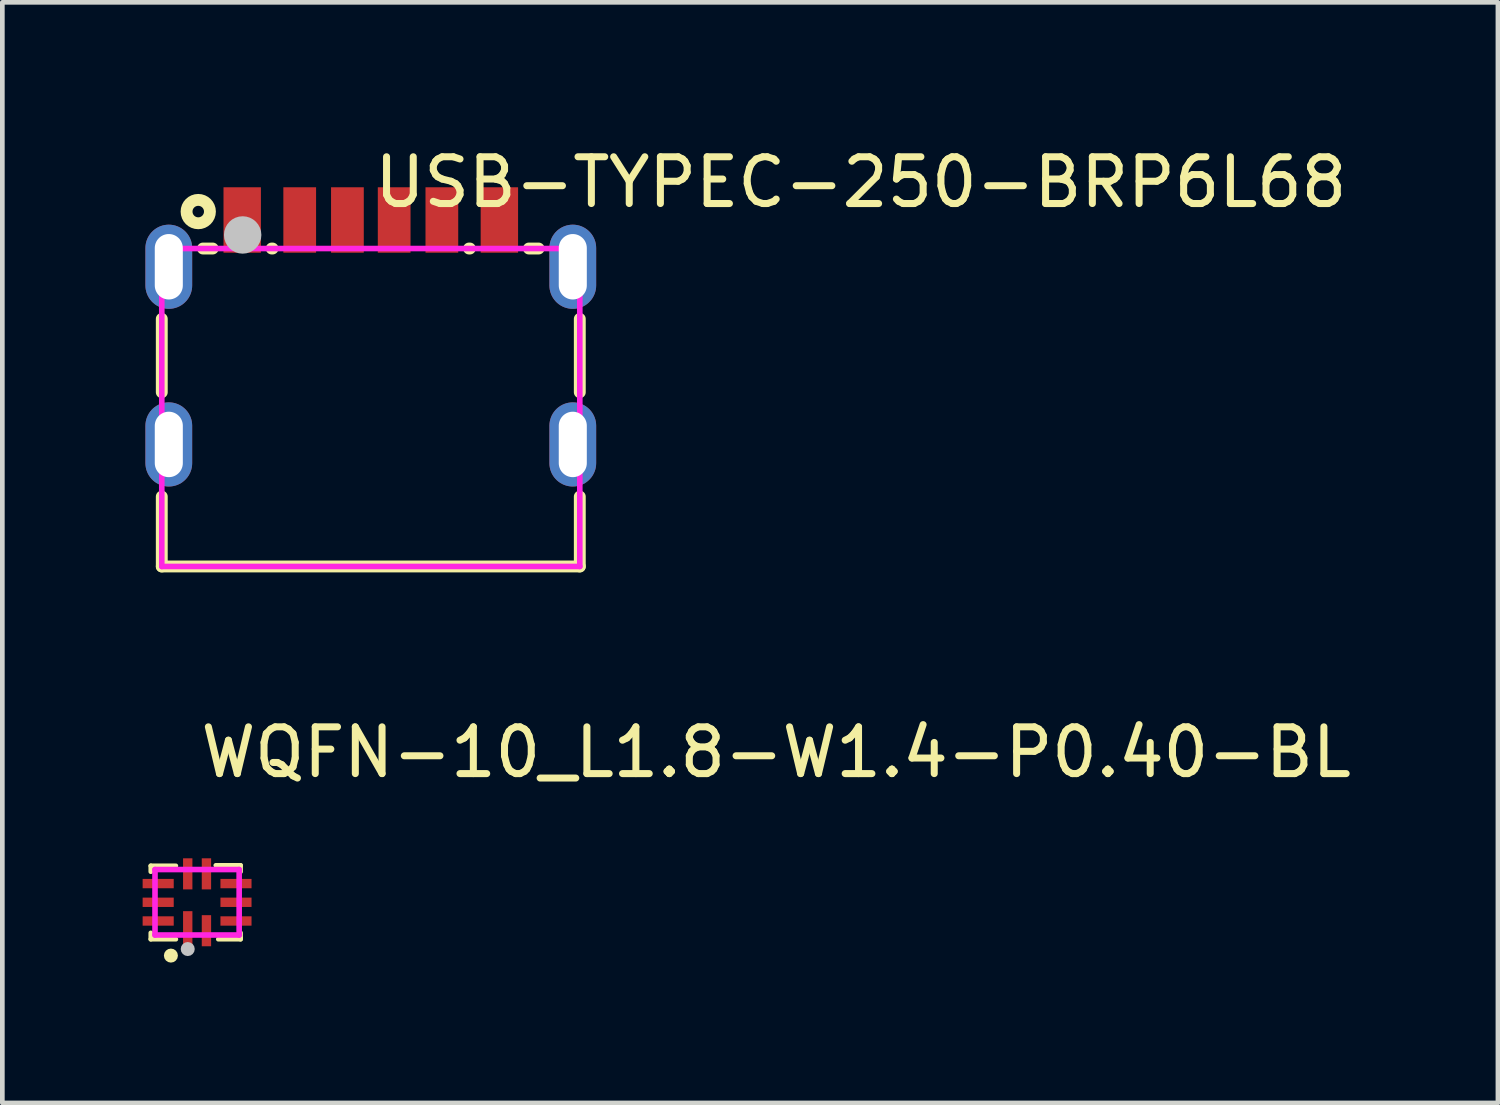
<source format=kicad_pcb>
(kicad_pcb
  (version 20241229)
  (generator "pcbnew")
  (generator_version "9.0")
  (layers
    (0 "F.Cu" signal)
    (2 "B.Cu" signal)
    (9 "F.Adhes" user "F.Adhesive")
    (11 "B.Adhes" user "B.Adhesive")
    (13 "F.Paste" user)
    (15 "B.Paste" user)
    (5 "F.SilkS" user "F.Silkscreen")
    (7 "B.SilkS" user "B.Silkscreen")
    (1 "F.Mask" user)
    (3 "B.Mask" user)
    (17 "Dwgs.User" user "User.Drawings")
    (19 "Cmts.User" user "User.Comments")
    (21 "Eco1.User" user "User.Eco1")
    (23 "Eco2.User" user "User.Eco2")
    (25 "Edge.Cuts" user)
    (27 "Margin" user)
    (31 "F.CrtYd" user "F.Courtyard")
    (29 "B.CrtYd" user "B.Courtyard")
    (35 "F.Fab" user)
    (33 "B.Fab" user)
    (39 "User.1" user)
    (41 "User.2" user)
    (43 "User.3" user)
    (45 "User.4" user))
  (footprint "USB-TYPEC-250-BRP6L68"
    (layer "F.Cu")
    (at 4.88 4.055)
    (property "Reference" "USB-TYPEC-250-BRP6L68" (at 0 -3.207 0) (layer "F.SilkS") (effects (font (size 1 1) (thickness 0.15)) (justify left)))
    (attr through_hole)
    (fp_line (start -4.47 1.284) (end -4.47 -0.285) (stroke (width 0.254) (type solid)) (layer "F.SilkS"))
    (fp_line (start -4.47 5.01) (end -4.47 3.516) (stroke (width 0.254) (type solid)) (layer "F.SilkS"))
    (fp_line (start -3.589 -1.79) (end -3.381 -1.79) (stroke (width 0.254) (type solid)) (layer "F.SilkS"))
    (fp_line (start -2.119 -1.79) (end -2.101 -1.79) (stroke (width 0.254) (type solid)) (layer "F.SilkS"))
    (fp_line (start 2.101 -1.79) (end 2.119 -1.79) (stroke (width 0.254) (type solid)) (layer "F.SilkS"))
    (fp_line (start 3.381 -1.79) (end 3.589 -1.79) (stroke (width 0.254) (type solid)) (layer "F.SilkS"))
    (fp_line (start 4.47 -0.285) (end 4.47 1.284) (stroke (width 0.254) (type solid)) (layer "F.SilkS"))
    (fp_line (start 4.47 3.516) (end 4.47 5.01) (stroke (width 0.254) (type solid)) (layer "F.SilkS"))
    (fp_line (start 4.47 5.01) (end -4.47 5.01) (stroke (width 0.254) (type solid)) (layer "F.SilkS"))
    (fp_circle (center -3.69 -2.58) (end -3.44 -2.58) (stroke (width 0.254) (type solid)) (fill no) (layer "F.SilkS"))
    (fp_poly (pts (xy -3.15 -3.1) (xy -2.35 -3.1) (xy -2.35 -1.7) (xy -3.15 -1.7)) (stroke (width 0.12) (type solid)) (fill yes) (layer "F.Paste"))
    (fp_poly (pts (xy -1.87 -3.1) (xy -1.17 -3.1) (xy -1.17 -1.7) (xy -1.87 -1.7)) (stroke (width 0.12) (type solid)) (fill yes) (layer "F.Paste"))
    (fp_poly (pts (xy -0.85 -3.1) (xy -0.15 -3.1) (xy -0.15 -1.7) (xy -0.85 -1.7)) (stroke (width 0.12) (type solid)) (fill yes) (layer "F.Paste"))
    (fp_poly (pts (xy 0.15 -3.1) (xy 0.85 -3.1) (xy 0.85 -1.7) (xy 0.15 -1.7)) (stroke (width 0.12) (type solid)) (fill yes) (layer "F.Paste"))
    (fp_poly (pts (xy 1.17 -3.1) (xy 1.87 -3.1) (xy 1.87 -1.7) (xy 1.17 -1.7)) (stroke (width 0.12) (type solid)) (fill yes) (layer "F.Paste"))
    (fp_poly (pts (xy 2.35 -3.1) (xy 3.15 -3.1) (xy 3.15 -1.7) (xy 2.35 -1.7)) (stroke (width 0.12) (type solid)) (fill yes) (layer "F.Paste"))
    (fp_poly (pts (xy -4.82 -1.8) (xy -4.81 -1.898) (xy -4.782 -1.991) (xy -4.736 -2.078) (xy -4.674 -2.154) (xy -4.598 -2.216) (xy -4.511 -2.262) (xy -4.418 -2.291) (xy -4.32 -2.3) (xy -4.222 -2.291) (xy -4.129 -2.262) (xy -4.042 -2.216) (xy -3.966 -2.154) (xy -3.904 -2.078) (xy -3.858 -1.991) (xy -3.83 -1.898) (xy -3.82 -1.8) (xy -3.82 -1) (xy -3.83 -0.903) (xy -3.858 -0.809) (xy -3.904 -0.722) (xy -3.966 -0.647) (xy -4.042 -0.584) (xy -4.129 -0.538) (xy -4.222 -0.51) (xy -4.32 -0.5) (xy -4.418 -0.51) (xy -4.511 -0.538) (xy -4.598 -0.584) (xy -4.674 -0.647) (xy -4.736 -0.722) (xy -4.782 -0.809) (xy -4.81 -0.903) (xy -4.82 -1)) (stroke (width 0.12) (type solid)) (fill yes) (layer "F.Paste"))
    (fp_poly (pts (xy -4.82 2) (xy -4.81 1.902) (xy -4.782 1.809) (xy -4.736 1.722) (xy -4.674 1.646) (xy -4.598 1.584) (xy -4.511 1.538) (xy -4.418 1.51) (xy -4.32 1.5) (xy -4.222 1.51) (xy -4.129 1.538) (xy -4.042 1.584) (xy -3.966 1.646) (xy -3.904 1.722) (xy -3.858 1.809) (xy -3.83 1.902) (xy -3.82 2) (xy -3.82 2.8) (xy -3.83 2.898) (xy -3.858 2.991) (xy -3.904 3.078) (xy -3.966 3.154) (xy -4.042 3.216) (xy -4.129 3.262) (xy -4.222 3.29) (xy -4.32 3.3) (xy -4.418 3.29) (xy -4.511 3.262) (xy -4.598 3.216) (xy -4.674 3.154) (xy -4.736 3.078) (xy -4.782 2.991) (xy -4.81 2.898) (xy -4.82 2.8)) (stroke (width 0.12) (type solid)) (fill yes) (layer "F.Paste"))
    (fp_poly (pts (xy 3.82 -1.8) (xy 3.83 -1.898) (xy 3.858 -1.991) (xy 3.904 -2.078) (xy 3.967 -2.154) (xy 4.042 -2.216) (xy 4.129 -2.262) (xy 4.223 -2.291) (xy 4.32 -2.3) (xy 4.418 -2.291) (xy 4.511 -2.262) (xy 4.598 -2.216) (xy 4.674 -2.154) (xy 4.736 -2.078) (xy 4.782 -1.991) (xy 4.81 -1.898) (xy 4.82 -1.8) (xy 4.82 -1) (xy 4.81 -0.903) (xy 4.782 -0.809) (xy 4.736 -0.722) (xy 4.674 -0.647) (xy 4.598 -0.584) (xy 4.511 -0.538) (xy 4.418 -0.51) (xy 4.32 -0.5) (xy 4.223 -0.51) (xy 4.129 -0.538) (xy 4.042 -0.584) (xy 3.967 -0.647) (xy 3.904 -0.722) (xy 3.858 -0.809) (xy 3.83 -0.903) (xy 3.82 -1)) (stroke (width 0.12) (type solid)) (fill yes) (layer "F.Paste"))
    (fp_poly (pts (xy 3.82 2) (xy 3.83 1.902) (xy 3.858 1.809) (xy 3.904 1.722) (xy 3.967 1.646) (xy 4.042 1.584) (xy 4.129 1.538) (xy 4.223 1.51) (xy 4.32 1.5) (xy 4.418 1.51) (xy 4.511 1.538) (xy 4.598 1.584) (xy 4.674 1.646) (xy 4.736 1.722) (xy 4.782 1.809) (xy 4.81 1.902) (xy 4.82 2) (xy 4.82 2.8) (xy 4.81 2.898) (xy 4.782 2.991) (xy 4.736 3.078) (xy 4.674 3.154) (xy 4.598 3.216) (xy 4.511 3.262) (xy 4.418 3.29) (xy 4.32 3.3) (xy 4.223 3.29) (xy 4.129 3.262) (xy 4.042 3.216) (xy 3.967 3.154) (xy 3.904 3.078) (xy 3.858 2.991) (xy 3.83 2.898) (xy 3.82 2.8)) (stroke (width 0.12) (type solid)) (fill yes) (layer "F.Paste"))
    (fp_circle (center -2.74 -2.08) (end -2.54 -2.08) (stroke (width 0.4) (type solid)) (fill no) (layer "Dwgs.User"))
    (fp_circle (center -4.47 -2.14) (end -4.44 -2.14) (stroke (width 0.06) (type solid)) (fill no) (layer "Eco2.User"))
    (fp_poly (pts (xy -4.47 -1.8) (xy -4.17 -1.8) (xy -4.17 -1) (xy -4.47 -1)) (stroke (width 0.12) (type solid)) (fill no) (layer "Eco2.User"))
    (fp_poly (pts (xy -4.47 2) (xy -4.17 2) (xy -4.17 2.8) (xy -4.47 2.8)) (stroke (width 0.12) (type solid)) (fill no) (layer "Eco2.User"))
    (fp_poly (pts (xy -3.05 -2.14) (xy -2.45 -2.14) (xy -2.45 -1.14) (xy -3.05 -1.14)) (stroke (width 0.12) (type solid)) (fill no) (layer "Eco2.User"))
    (fp_poly (pts (xy -1.8 -2.14) (xy -1.24 -2.14) (xy -1.24 -1.14) (xy -1.8 -1.14)) (stroke (width 0.12) (type solid)) (fill no) (layer "Eco2.User"))
    (fp_poly (pts (xy -0.75 -2.14) (xy -0.25 -2.14) (xy -0.25 -1.14) (xy -0.75 -1.14)) (stroke (width 0.12) (type solid)) (fill no) (layer "Eco2.User"))
    (fp_poly (pts (xy 0.25 -2.14) (xy 0.75 -2.14) (xy 0.75 -1.14) (xy 0.25 -1.14)) (stroke (width 0.12) (type solid)) (fill no) (layer "Eco2.User"))
    (fp_poly (pts (xy 1.24 -2.14) (xy 1.8 -2.14) (xy 1.8 -1.14) (xy 1.24 -1.14)) (stroke (width 0.12) (type solid)) (fill no) (layer "Eco2.User"))
    (fp_poly (pts (xy 2.45 -2.14) (xy 3.05 -2.14) (xy 3.05 -1.14) (xy 2.45 -1.14)) (stroke (width 0.12) (type solid)) (fill no) (layer "Eco2.User"))
    (fp_poly (pts (xy 4.17 -1.8) (xy 4.47 -1.8) (xy 4.47 -1) (xy 4.17 -1)) (stroke (width 0.12) (type solid)) (fill no) (layer "Eco2.User"))
    (fp_poly (pts (xy 4.17 2) (xy 4.47 2) (xy 4.47 2.8) (xy 4.17 2.8)) (stroke (width 0.12) (type solid)) (fill no) (layer "Eco2.User"))
    (fp_line (start -4.47 -1.79) (end 4.47 -1.79) (stroke (width 0.12) (type solid)) (layer "F.CrtYd"))
    (fp_line (start -4.47 5.01) (end -4.47 -1.79) (stroke (width 0.12) (type solid)) (layer "F.CrtYd"))
    (fp_line (start 4.47 -1.79) (end 4.47 5.01) (stroke (width 0.12) (type solid)) (layer "F.CrtYd"))
    (fp_line (start 4.47 5.01) (end -4.47 5.01) (stroke (width 0.12) (type solid)) (layer "F.CrtYd"))
    (pad "1" thru_hole oval (at -4.32 -1.4) (size 1 1.8) (drill oval 0.6 1.4) (layers "*.Cu" "*.Mask"))
    (pad "2" thru_hole oval (at 4.32 -1.4) (size 1 1.8) (drill oval 0.6 1.4) (layers "*.Cu" "*.Mask"))
    (pad "3" thru_hole oval (at -4.32 2.4) (size 1 1.8) (drill oval 0.6 1.4) (layers "*.Cu" "*.Mask"))
    (pad "4" thru_hole oval (at 4.32 2.4) (size 1 1.8) (drill oval 0.6 1.4) (layers "*.Cu" "*.Mask"))
    (pad "A5" smd rect (at -0.5 -2.4) (size 0.7 1.4) (layers "F.Cu" "F.Mask" "F.Paste"))
    (pad "A9" smd rect (at 1.52 -2.4) (size 0.7 1.4) (layers "F.Cu" "F.Mask" "F.Paste"))
    (pad "A12" smd rect (at 2.75 -2.4) (size 0.8 1.4) (layers "F.Cu" "F.Mask" "F.Paste"))
    (pad "B5" smd rect (at 0.5 -2.4) (size 0.7 1.4) (layers "F.Cu" "F.Mask" "F.Paste"))
    (pad "B9" smd rect (at -1.52 -2.4) (size 0.7 1.4) (layers "F.Cu" "F.Mask" "F.Paste"))
    (pad "B12" smd rect (at -2.75 -2.4) (size 0.8 1.4) (layers "F.Cu" "F.Mask" "F.Paste")))
  (footprint "WQFN-10_L1.8-W1.4-P0.40-BL"
    (layer "F.Cu")
    (at 1.165 16.247)
    (property "Reference" "WQFN-10_L1.8-W1.4-P0.40-BL" (at 0 -3.207 0) (layer "F.SilkS") (effects (font (size 1 1) (thickness 0.15)) (justify left)))
    (attr through_hole)
    (fp_line (start -0.99 -0.78) (end -0.454 -0.78) (stroke (width 0.1) (type solid)) (layer "F.SilkS"))
    (fp_line (start -0.99 -0.654) (end -0.99 -0.78) (stroke (width 0.1) (type solid)) (layer "F.SilkS"))
    (fp_line (start -0.99 0.79) (end -0.99 0.654) (stroke (width 0.1) (type solid)) (layer "F.SilkS"))
    (fp_line (start -0.454 0.79) (end -0.99 0.79) (stroke (width 0.1) (type solid)) (layer "F.SilkS"))
    (fp_line (start 0.4 -0.79) (end 0.93 -0.79) (stroke (width 0.1) (type solid)) (layer "F.SilkS"))
    (fp_line (start 0.93 -0.79) (end 0.93 -0.654) (stroke (width 0.1) (type solid)) (layer "F.SilkS"))
    (fp_line (start 0.93 0.654) (end 0.93 0.76) (stroke (width 0.1) (type solid)) (layer "F.SilkS"))
    (fp_line (start 0.93 0.76) (end 0.93 0.79) (stroke (width 0.1) (type solid)) (layer "F.SilkS"))
    (fp_line (start 0.93 0.79) (end 0.454 0.79) (stroke (width 0.1) (type solid)) (layer "F.SilkS"))
    (fp_circle (center -0.56 1.14) (end -0.485 1.14) (stroke (width 0.15) (type solid)) (fill no) (layer "F.SilkS"))
    (fp_circle (center -0.2 1) (end -0.125 1) (stroke (width 0.15) (type solid)) (fill no) (layer "Dwgs.User"))
    (fp_circle (center -0.9 0.7) (end -0.87 0.7) (stroke (width 0.06) (type solid)) (fill no) (layer "Eco2.User"))
    (fp_poly (pts (xy -0.5 -0.3) (xy -0.5 -0.5) (xy -0.9 -0.5) (xy -0.9 -0.3)) (stroke (width 0.12) (type solid)) (fill no) (layer "Eco2.User"))
    (fp_poly (pts (xy -0.5 0.1) (xy -0.5 -0.1) (xy -0.9 -0.1) (xy -0.9 0.1)) (stroke (width 0.12) (type solid)) (fill no) (layer "Eco2.User"))
    (fp_poly (pts (xy -0.5 0.5) (xy -0.5 0.3) (xy -0.9 0.3) (xy -0.9 0.5)) (stroke (width 0.12) (type solid)) (fill no) (layer "Eco2.User"))
    (fp_poly (pts (xy -0.3 -0.7) (xy -0.3 -0.3) (xy -0.1 -0.3) (xy -0.1 -0.7)) (stroke (width 0.12) (type solid)) (fill no) (layer "Eco2.User"))
    (fp_poly (pts (xy -0.3 0.2) (xy -0.1 0.2) (xy -0.1 0.7) (xy -0.3 0.7)) (stroke (width 0.12) (type solid)) (fill no) (layer "Eco2.User"))
    (fp_poly (pts (xy 0.1 -0.7) (xy 0.1 -0.3) (xy 0.3 -0.3) (xy 0.3 -0.7)) (stroke (width 0.12) (type solid)) (fill no) (layer "Eco2.User"))
    (fp_poly (pts (xy 0.1 0.7) (xy 0.1 0.3) (xy 0.3 0.3) (xy 0.3 0.7)) (stroke (width 0.12) (type solid)) (fill no) (layer "Eco2.User"))
    (fp_poly (pts (xy 0.5 -0.3) (xy 0.5 -0.5) (xy 0.9 -0.5) (xy 0.9 -0.3)) (stroke (width 0.12) (type solid)) (fill no) (layer "Eco2.User"))
    (fp_poly (pts (xy 0.5 0.1) (xy 0.5 -0.1) (xy 0.9 -0.1) (xy 0.9 0.1)) (stroke (width 0.12) (type solid)) (fill no) (layer "Eco2.User"))
    (fp_poly (pts (xy 0.5 0.5) (xy 0.5 0.3) (xy 0.9 0.3) (xy 0.9 0.5)) (stroke (width 0.12) (type solid)) (fill no) (layer "Eco2.User"))
    (fp_line (start -0.9 -0.7) (end 0.9 -0.7) (stroke (width 0.12) (type solid)) (layer "F.CrtYd"))
    (fp_line (start -0.9 0.7) (end -0.9 -0.7) (stroke (width 0.12) (type solid)) (layer "F.CrtYd"))
    (fp_line (start 0.9 -0.7) (end 0.9 0.7) (stroke (width 0.12) (type solid)) (layer "F.CrtYd"))
    (fp_line (start 0.9 0.7) (end -0.9 0.7) (stroke (width 0.12) (type solid)) (layer "F.CrtYd"))
    (pad "1" smd rect (at -0.2 0.565) (size 0.2 0.75) (layers "F.Cu" "F.Mask" "F.Paste"))
    (pad "2" smd rect (at 0.2 0.608) (size 0.2 0.665) (layers "F.Cu" "F.Mask" "F.Paste"))
    (pad "3" smd rect (at 0.832 0.4) (size 0.665 0.2) (layers "F.Cu" "F.Mask" "F.Paste"))
    (pad "4" smd rect (at 0.832 0) (size 0.665 0.2) (layers "F.Cu" "F.Mask" "F.Paste"))
    (pad "5" smd rect (at 0.832 -0.4) (size 0.665 0.2) (layers "F.Cu" "F.Mask" "F.Paste"))
    (pad "6" smd rect (at 0.2 -0.608) (size 0.2 0.665) (layers "F.Cu" "F.Mask" "F.Paste"))
    (pad "7" smd rect (at -0.2 -0.608) (size 0.2 0.665) (layers "F.Cu" "F.Mask" "F.Paste"))
    (pad "8" smd rect (at -0.832 -0.4) (size 0.665 0.2) (layers "F.Cu" "F.Mask" "F.Paste"))
    (pad "9" smd rect (at -0.832 0) (size 0.665 0.2) (layers "F.Cu" "F.Mask" "F.Paste"))
    (pad "10" smd rect (at -0.832 0.4) (size 0.665 0.2) (layers "F.Cu" "F.Mask" "F.Paste")))
  (gr_rect
    (start -3 -3)
    (end 28.986 20.538)
    (stroke (width 0.1) (type default))
    (fill no)
    (layer "Edge.Cuts")))
</source>
